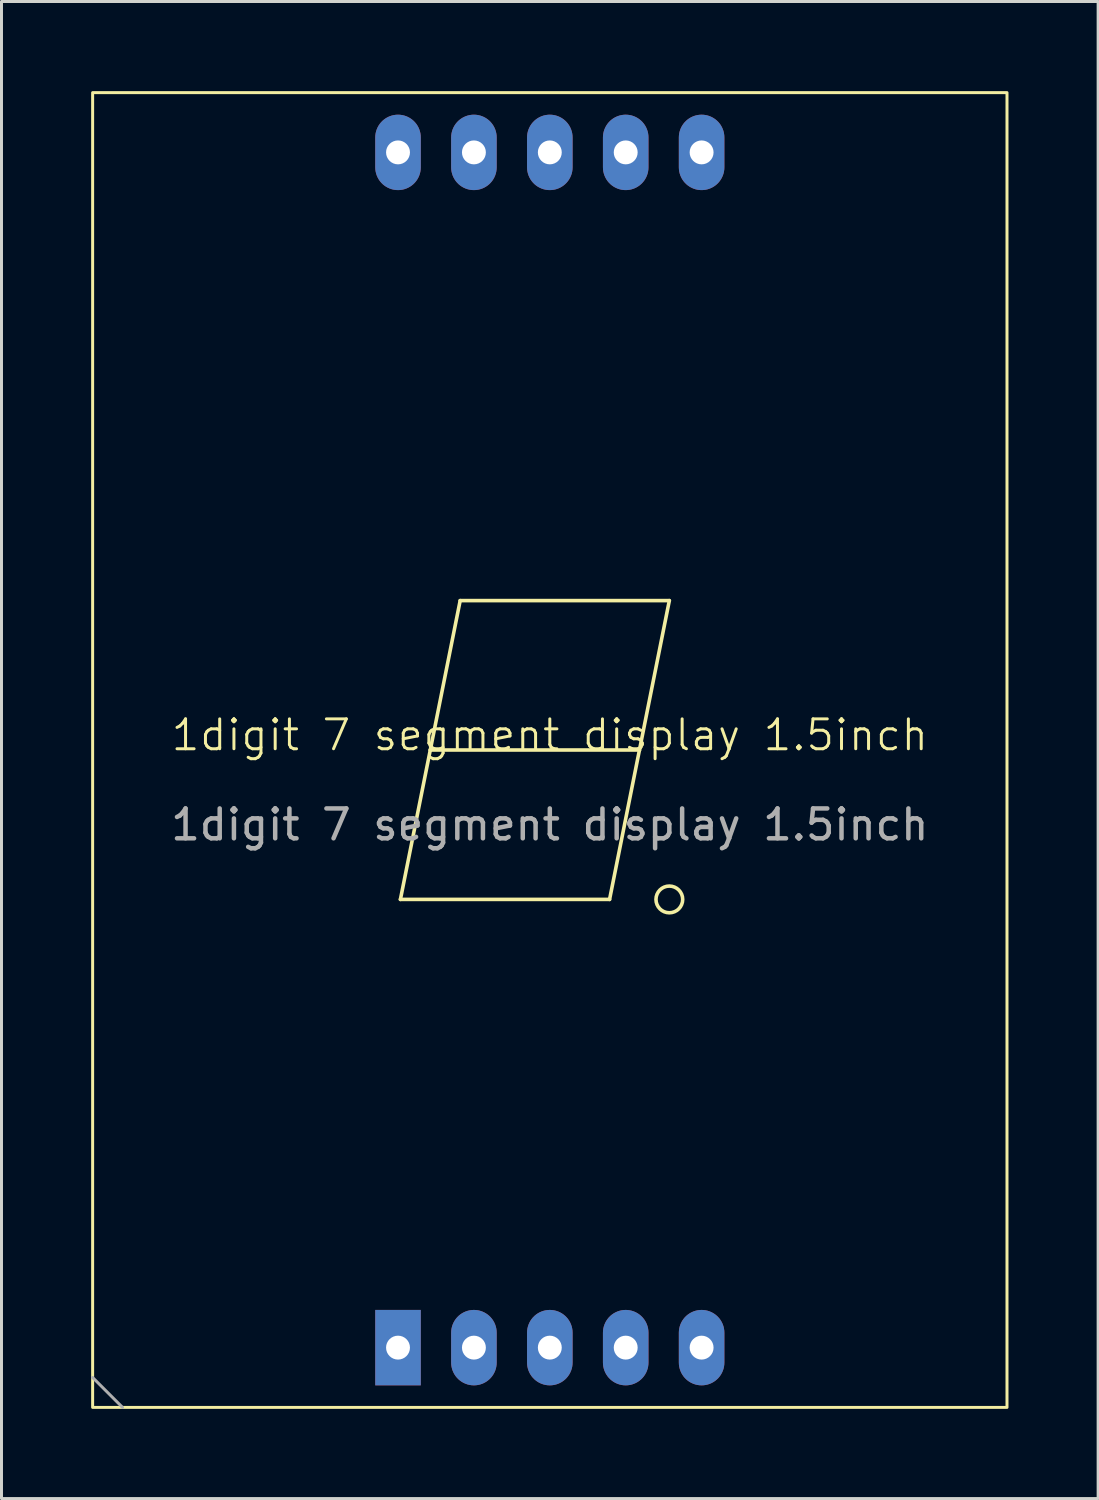
<source format=kicad_pcb>
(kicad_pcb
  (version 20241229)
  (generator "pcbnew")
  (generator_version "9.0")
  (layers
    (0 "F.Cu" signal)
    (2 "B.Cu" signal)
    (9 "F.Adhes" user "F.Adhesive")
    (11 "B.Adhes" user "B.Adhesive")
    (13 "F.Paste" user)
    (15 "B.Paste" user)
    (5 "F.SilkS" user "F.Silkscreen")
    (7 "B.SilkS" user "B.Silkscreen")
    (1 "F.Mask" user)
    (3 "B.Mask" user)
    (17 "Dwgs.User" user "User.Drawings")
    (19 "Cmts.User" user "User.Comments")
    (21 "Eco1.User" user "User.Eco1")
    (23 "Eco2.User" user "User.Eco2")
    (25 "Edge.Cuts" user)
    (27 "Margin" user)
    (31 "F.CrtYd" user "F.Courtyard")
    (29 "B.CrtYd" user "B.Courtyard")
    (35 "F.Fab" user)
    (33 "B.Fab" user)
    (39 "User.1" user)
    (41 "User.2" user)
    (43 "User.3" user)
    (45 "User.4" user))
  (footprint "1digit 7 segment display 1.5inch"
    (layer "F.Cu")
    (at 15.35 22.05)
    (property "Reference" "1digit 7 segment display 1.5inch" (at 0 -0.5 0) (unlocked yes) (layer "F.SilkS") (effects (font (size 1 1) (thickness 0.1))))
    (attr smd)
    (fp_line (start -5 5) (end 2 5) (stroke (width 0.12) (type solid)) (layer "F.SilkS"))
    (fp_line (start -4 0) (end -5 5) (stroke (width 0.12) (type solid)) (layer "F.SilkS"))
    (fp_line (start -3 -5) (end -4 0) (stroke (width 0.12) (type solid)) (layer "F.SilkS"))
    (fp_line (start -3 -5) (end 4 -5) (stroke (width 0.12) (type solid)) (layer "F.SilkS"))
    (fp_line (start 2 5) (end 3 0) (stroke (width 0.12) (type solid)) (layer "F.SilkS"))
    (fp_line (start 3 0) (end -4 0) (stroke (width 0.12) (type solid)) (layer "F.SilkS"))
    (fp_line (start 4 -5) (end 3 0) (stroke (width 0.12) (type solid)) (layer "F.SilkS"))
    (fp_rect (start -15.3 -22) (end 15.3 22) (stroke (width 0.1) (type default)) (fill no) (layer "F.SilkS"))
    (fp_circle (center 4 5) (end 4 4.553) (stroke (width 0.12) (type solid)) (fill no) (layer "F.SilkS"))
    (fp_line (start -15.3 21) (end -14.3 22) (stroke (width 0.1) (type solid)) (layer "F.Fab"))
    (fp_text user "${REFERENCE}" (at 0 2.5 0) (unlocked yes) (layer "F.Fab") (effects (font (size 1 1) (thickness 0.15))))
    (pad "1" thru_hole rect (at -5.08 20) (size 1.524 2.524) (drill 0.8) (layers "*.Cu" "*.Mask"))
    (pad "2" thru_hole oval (at -2.54 20) (size 1.524 2.524) (drill 0.8) (layers "*.Cu" "*.Mask"))
    (pad "3" thru_hole oval (at 0 20) (size 1.524 2.524) (drill 0.8) (layers "*.Cu" "*.Mask"))
    (pad "4" thru_hole oval (at 2.54 20) (size 1.524 2.524) (drill 0.8) (layers "*.Cu" "*.Mask"))
    (pad "5" thru_hole oval (at 5.08 20) (size 1.524 2.524) (drill 0.8) (layers "*.Cu" "*.Mask"))
    (pad "6" thru_hole oval (at 5.08 -20) (size 1.524 2.524) (drill 0.8) (layers "*.Cu" "*.Mask"))
    (pad "7" thru_hole oval (at 2.54 -20) (size 1.524 2.524) (drill 0.8) (layers "*.Cu" "*.Mask"))
    (pad "8" thru_hole oval (at 0 -20) (size 1.524 2.524) (drill 0.8) (layers "*.Cu" "*.Mask"))
    (pad "9" thru_hole oval (at -2.54 -20) (size 1.524 2.524) (drill 0.8) (layers "*.Cu" "*.Mask"))
    (pad "10" thru_hole oval (at -5.08 -20) (size 1.524 2.524) (drill 0.8) (layers "*.Cu" "*.Mask")))
  (gr_rect
    (start -3 -3)
    (end 33.7 47.1)
    (stroke (width 0.1) (type default))
    (fill no)
    (layer "Edge.Cuts")))
</source>
